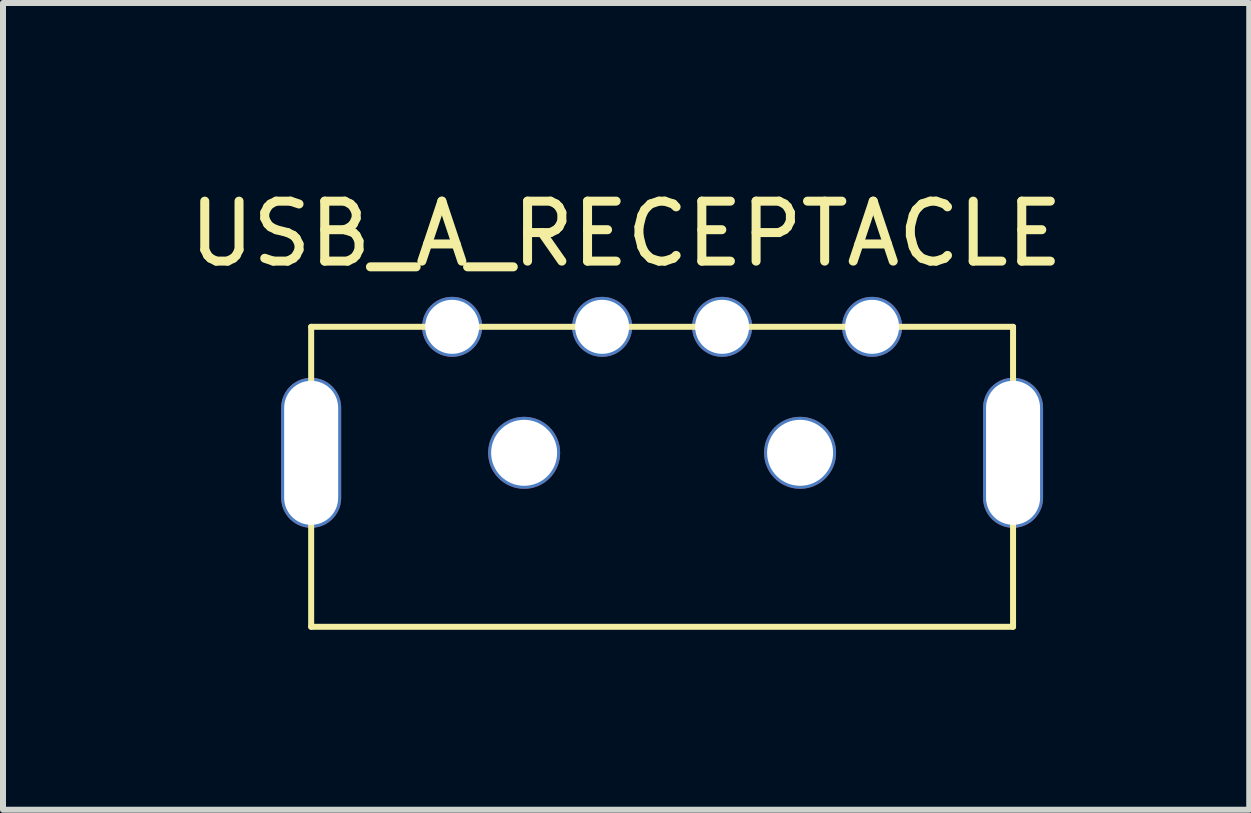
<source format=kicad_pcb>
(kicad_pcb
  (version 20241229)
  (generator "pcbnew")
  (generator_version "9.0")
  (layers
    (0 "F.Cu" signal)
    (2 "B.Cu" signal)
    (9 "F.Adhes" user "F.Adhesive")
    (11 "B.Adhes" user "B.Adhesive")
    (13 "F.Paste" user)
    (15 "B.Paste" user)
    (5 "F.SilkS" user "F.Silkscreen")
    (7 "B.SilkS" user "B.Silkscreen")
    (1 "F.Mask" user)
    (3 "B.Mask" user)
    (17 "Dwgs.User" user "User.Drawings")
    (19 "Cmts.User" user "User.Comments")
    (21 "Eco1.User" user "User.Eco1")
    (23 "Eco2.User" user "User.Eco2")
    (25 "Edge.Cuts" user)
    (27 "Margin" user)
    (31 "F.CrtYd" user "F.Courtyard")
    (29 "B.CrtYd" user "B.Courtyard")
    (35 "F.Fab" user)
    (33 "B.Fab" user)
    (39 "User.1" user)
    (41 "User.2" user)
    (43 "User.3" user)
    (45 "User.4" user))
  (footprint "USB_A_RECEPTACLE"
    (layer "F.Cu")
    (at 2.137 2.398)
    (property "Reference" "USB_A_RECEPTACLE" (at 5.25 -1.55 0) (layer "F.SilkS") (effects (font (size 1 1) (thickness 0.15))))
    (attr through_hole)
    (fp_line (start 0 0) (end 0 5) (stroke (width 0.1) (type solid)) (layer "F.SilkS"))
    (fp_line (start 0 0) (end 11.7 0) (stroke (width 0.1) (type solid)) (layer "F.SilkS"))
    (fp_line (start 0 5) (end 11.7 5) (stroke (width 0.1) (type solid)) (layer "F.SilkS"))
    (fp_line (start 11.7 0) (end 11.7 5) (stroke (width 0.1) (type solid)) (layer "F.SilkS"))
    (pad "1" thru_hole oval (at 2.35 0 90) (size 1 1) (drill oval 0.9) (layers "*.Cu" "*.Mask"))
    (pad "2" thru_hole oval (at 4.85 0 90) (size 1 1) (drill oval 0.9) (layers "*.Cu" "*.Mask"))
    (pad "3" thru_hole oval (at 6.85 0 90) (size 1 1) (drill oval 0.9) (layers "*.Cu" "*.Mask"))
    (pad "4" thru_hole oval (at 9.35 0 90) (size 1 1) (drill oval 0.9) (layers "*.Cu" "*.Mask"))
    (pad "5" thru_hole oval (at 0 2.1 90) (size 2.5 1) (drill oval 2.4 0.9) (layers "*.Cu" "*.Mask"))
    (pad "5" thru_hole circle (at 3.55 2.1 270) (size 1.2 1.2) (drill oval 1.1) (layers "*.Cu" "*.Mask"))
    (pad "5" thru_hole circle (at 8.15 2.1 270) (size 1.2 1.2) (drill oval 1.1) (layers "*.Cu" "*.Mask"))
    (pad "5" thru_hole oval (at 11.7 2.1 90) (size 2.5 1) (drill oval 2.4 0.9) (layers "*.Cu" "*.Mask")))
  (gr_rect
    (start -3 -3)
    (end 17.774 10.448)
    (stroke (width 0.1) (type default))
    (fill no)
    (layer "Edge.Cuts")))
</source>
